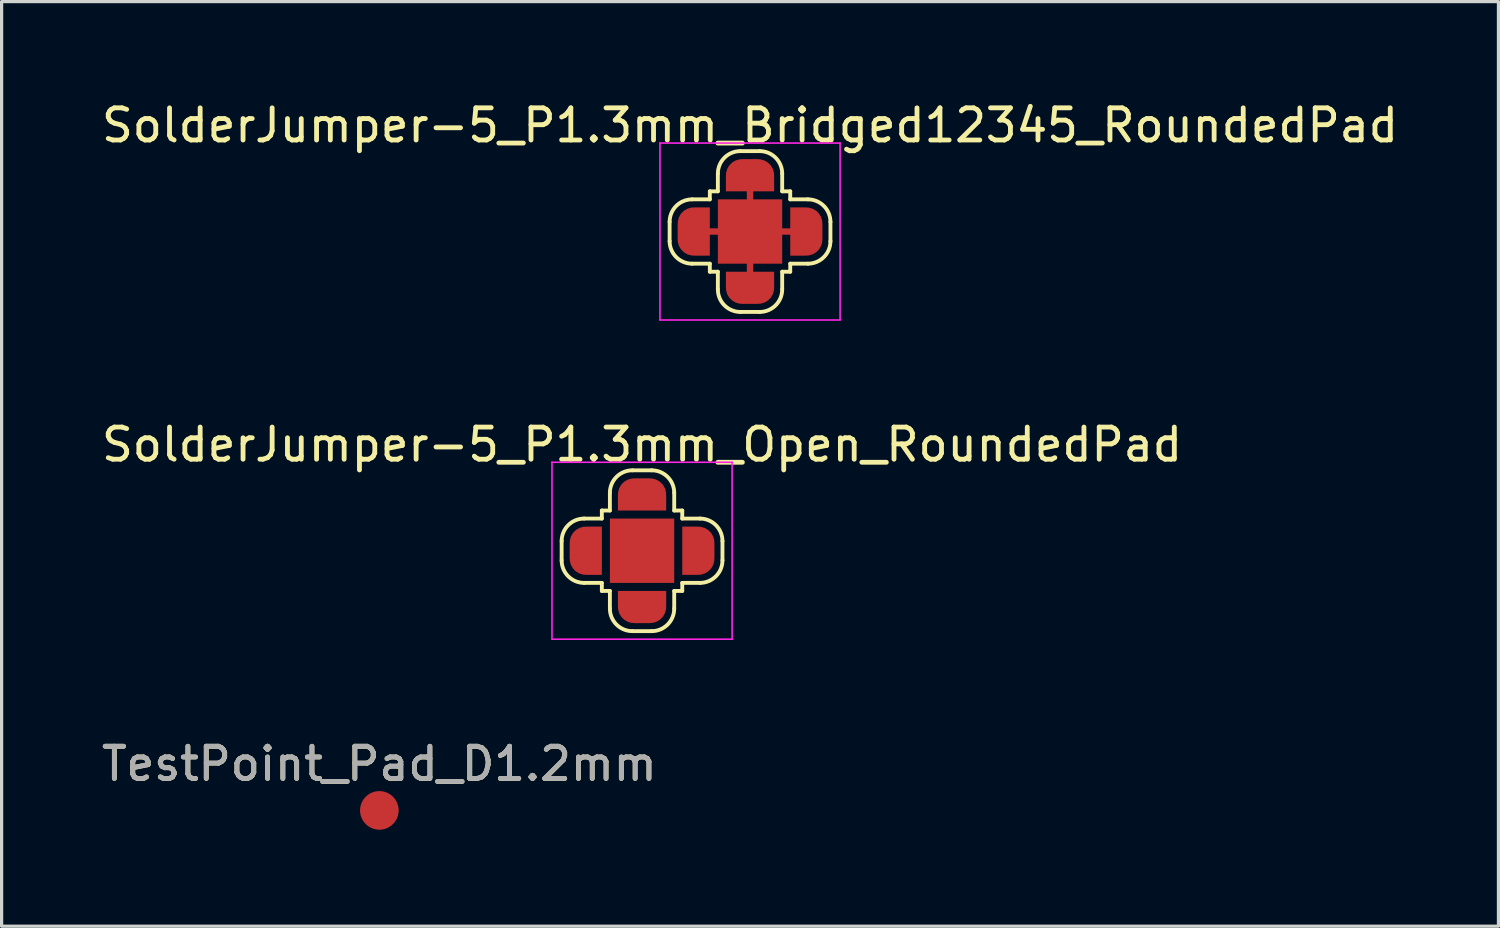
<source format=kicad_pcb>
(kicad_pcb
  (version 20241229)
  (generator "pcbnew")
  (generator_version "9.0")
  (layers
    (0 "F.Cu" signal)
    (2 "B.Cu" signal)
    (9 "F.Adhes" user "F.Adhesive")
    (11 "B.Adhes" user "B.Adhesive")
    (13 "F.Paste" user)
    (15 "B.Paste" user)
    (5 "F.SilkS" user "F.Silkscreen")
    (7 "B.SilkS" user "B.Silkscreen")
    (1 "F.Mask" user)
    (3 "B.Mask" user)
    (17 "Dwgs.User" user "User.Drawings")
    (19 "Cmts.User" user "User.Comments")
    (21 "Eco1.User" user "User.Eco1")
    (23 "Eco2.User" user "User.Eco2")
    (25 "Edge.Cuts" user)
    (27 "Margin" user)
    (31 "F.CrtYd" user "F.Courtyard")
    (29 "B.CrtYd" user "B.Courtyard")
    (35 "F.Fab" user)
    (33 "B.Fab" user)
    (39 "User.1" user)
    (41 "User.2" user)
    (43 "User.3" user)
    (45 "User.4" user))
  (footprint "TestPoint_Pad_D1.2mm"
    (layer "F.Cu")
    (at 8.744 22.145)
    (property "Reference" "TestPoint_Pad_D1.2mm" (at 0 -1.448 0) (layer "F.SilkS") (effects (font (size 1 1) (thickness 0.15))))
    (attr exclude_from_pos_files exclude_from_bom)
    (fp_text user "${REFERENCE}" (at 0 -1.45 0) (layer "F.Fab") (effects (font (size 1 1) (thickness 0.15))))
    (pad "1" smd circle (at 0 0) (size 1.2 1.2) (layers "F.Cu" "F.Mask")))
  (footprint "SolderJumper-5_P1.3mm_Bridged12345_RoundedPad"
    (layer "F.Cu")
    (at 20.268 4.148)
    (property "Reference" "SolderJumper-5_P1.3mm_Bridged12345_RoundedPad" (at 0 -3.3 0) (layer "F.SilkS") (effects (font (size 1 1) (thickness 0.15))))
    (attr exclude_from_pos_files exclude_from_bom)
    (fp_line (start -1.75 0) (end 0 0) (stroke (width 0.2) (type default)) (layer "F.Cu"))
    (fp_line (start 0 -1.75) (end 0 0) (stroke (width 0.2) (type default)) (layer "F.Cu"))
    (fp_line (start 0 0) (end 0 1.75) (stroke (width 0.2) (type default)) (layer "F.Cu"))
    (fp_line (start 0 0) (end 1.75 0) (stroke (width 0.2) (type default)) (layer "F.Cu"))
    (fp_line (start -2.5 0.3) (end -2.5 -0.3) (stroke (width 0.12) (type solid)) (layer "F.SilkS"))
    (fp_line (start -1.8 -1) (end -1.25 -1) (stroke (width 0.12) (type solid)) (layer "F.SilkS"))
    (fp_line (start -1.25 -1.25) (end -1.25 -1) (stroke (width 0.12) (type solid)) (layer "F.SilkS"))
    (fp_line (start -1.25 1) (end -1.8 1) (stroke (width 0.12) (type solid)) (layer "F.SilkS"))
    (fp_line (start -1.25 1) (end -1.25 1.25) (stroke (width 0.12) (type solid)) (layer "F.SilkS"))
    (fp_line (start -1.25 1.25) (end -1 1.25) (stroke (width 0.12) (type solid)) (layer "F.SilkS"))
    (fp_line (start -1 -1.8) (end -1 -1.25) (stroke (width 0.12) (type solid)) (layer "F.SilkS"))
    (fp_line (start -1 -1.25) (end -1.25 -1.25) (stroke (width 0.12) (type solid)) (layer "F.SilkS"))
    (fp_line (start -1 1.8) (end -1 1.25) (stroke (width 0.12) (type solid)) (layer "F.SilkS"))
    (fp_line (start -0.3 -2.5) (end 0.3 -2.5) (stroke (width 0.12) (type solid)) (layer "F.SilkS"))
    (fp_line (start 0.3 2.5) (end -0.3 2.5) (stroke (width 0.12) (type solid)) (layer "F.SilkS"))
    (fp_line (start 1 -1.8) (end 1 -1.25) (stroke (width 0.12) (type solid)) (layer "F.SilkS"))
    (fp_line (start 1 1.25) (end 1.25 1.25) (stroke (width 0.12) (type solid)) (layer "F.SilkS"))
    (fp_line (start 1 1.8) (end 1 1.25) (stroke (width 0.12) (type solid)) (layer "F.SilkS"))
    (fp_line (start 1.25 -1.25) (end 1 -1.25) (stroke (width 0.12) (type solid)) (layer "F.SilkS"))
    (fp_line (start 1.25 -1) (end 1.25 -1.25) (stroke (width 0.12) (type solid)) (layer "F.SilkS"))
    (fp_line (start 1.25 -1) (end 1.8 -1) (stroke (width 0.12) (type solid)) (layer "F.SilkS"))
    (fp_line (start 1.25 1.25) (end 1.25 1) (stroke (width 0.12) (type solid)) (layer "F.SilkS"))
    (fp_line (start 1.8 1) (end 1.25 1) (stroke (width 0.12) (type solid)) (layer "F.SilkS"))
    (fp_line (start 2.5 -0.3) (end 2.5 0.3) (stroke (width 0.12) (type solid)) (layer "F.SilkS"))
    (fp_arc (start -2.5 -0.3) (mid -2.294975 -0.794975) (end -1.8 -1) (stroke (width 0.12) (type solid)) (layer "F.SilkS"))
    (fp_arc (start -1.8 1) (mid -2.294975 0.794975) (end -2.5 0.3) (stroke (width 0.12) (type solid)) (layer "F.SilkS"))
    (fp_arc (start -1 -1.8) (mid -0.794976 -2.294976) (end -0.3 -2.5) (stroke (width 0.12) (type solid)) (layer "F.SilkS"))
    (fp_arc (start -0.3 2.5) (mid -0.794975 2.294975) (end -1 1.8) (stroke (width 0.12) (type solid)) (layer "F.SilkS"))
    (fp_arc (start 0.3 -2.5) (mid 0.794975 -2.294975) (end 1 -1.8) (stroke (width 0.12) (type solid)) (layer "F.SilkS"))
    (fp_arc (start 1 1.8) (mid 0.794976 2.294976) (end 0.3 2.5) (stroke (width 0.12) (type solid)) (layer "F.SilkS"))
    (fp_arc (start 1.8 -1) (mid 2.294975 -0.794975) (end 2.5 -0.3) (stroke (width 0.12) (type solid)) (layer "F.SilkS"))
    (fp_arc (start 2.5 0.3) (mid 2.294975 0.794975) (end 1.8 1) (stroke (width 0.12) (type solid)) (layer "F.SilkS"))
    (fp_line (start -2.8 -2.75) (end -2.8 2.75) (stroke (width 0.05) (type solid)) (layer "F.CrtYd"))
    (fp_line (start -2.8 -2.75) (end 2.8 -2.75) (stroke (width 0.05) (type solid)) (layer "F.CrtYd"))
    (fp_line (start 2.8 2.75) (end -2.8 2.75) (stroke (width 0.05) (type solid)) (layer "F.CrtYd"))
    (fp_line (start 2.8 2.75) (end 2.8 -2.75) (stroke (width 0.05) (type solid)) (layer "F.CrtYd"))
    (pad "1" smd custom (at -1.75 0) (size 1 0.5) (layers "F.Cu" "F.Mask") (options (anchor rect)) (primitives (gr_circle (center 0 0.25) (end 0.5 0.25) (width 0) (fill yes)) (gr_circle (center 0 -0.25) (end 0.5 -0.25) (width 0) (fill yes)) (gr_poly (pts (xy 0.5 0.75) (xy 0 0.75) (xy 0 -0.75) (xy 0.5 -0.75)) (width 0) (fill yes))))
    (pad "2" smd rect (at 0 0) (size 2 2) (layers "F.Cu" "F.Mask"))
    (pad "3" smd custom (at 1.75 0 180) (size 1 0.5) (layers "F.Cu" "F.Mask") (options (anchor rect)) (primitives (gr_circle (center 0 0.25) (end 0.5 0.25) (width 0) (fill yes)) (gr_circle (center 0 -0.25) (end 0.5 -0.25) (width 0) (fill yes)) (gr_poly (pts (xy 0.5 0.75) (xy 0 0.75) (xy 0 -0.75) (xy 0.5 -0.75)) (width 0) (fill yes))))
    (pad "4" smd custom (at 0 -1.75 270) (size 1 0.5) (layers "F.Cu" "F.Mask") (options (anchor rect)) (primitives (gr_circle (center 0 0.25) (end 0.5 0.25) (width 0) (fill yes)) (gr_circle (center 0 -0.25) (end 0.5 -0.25) (width 0) (fill yes)) (gr_poly (pts (xy 0.5 0.75) (xy 0 0.75) (xy 0 -0.75) (xy 0.5 -0.75)) (width 0) (fill yes))))
    (pad "5" smd custom (at 0 1.75 90) (size 1 0.5) (layers "F.Cu" "F.Mask") (options (anchor rect)) (primitives (gr_circle (center 0 0.25) (end 0.5 0.25) (width 0) (fill yes)) (gr_circle (center 0 -0.25) (end 0.5 -0.25) (width 0) (fill yes)) (gr_poly (pts (xy 0.5 0.75) (xy 0 0.75) (xy 0 -0.75) (xy 0.5 -0.75)) (width 0) (fill yes)))))
  (footprint "SolderJumper-5_P1.3mm_Open_RoundedPad"
    (layer "F.Cu")
    (at 16.911 14.072)
    (property "Reference" "SolderJumper-5_P1.3mm_Open_RoundedPad" (at 0 -3.3 0) (layer "F.SilkS") (effects (font (size 1 1) (thickness 0.15))))
    (attr exclude_from_pos_files exclude_from_bom)
    (fp_line (start -2.5 0.3) (end -2.5 -0.3) (stroke (width 0.12) (type solid)) (layer "F.SilkS"))
    (fp_line (start -1.8 -1) (end -1.25 -1) (stroke (width 0.12) (type solid)) (layer "F.SilkS"))
    (fp_line (start -1.25 -1.25) (end -1.25 -1) (stroke (width 0.12) (type solid)) (layer "F.SilkS"))
    (fp_line (start -1.25 1) (end -1.8 1) (stroke (width 0.12) (type solid)) (layer "F.SilkS"))
    (fp_line (start -1.25 1) (end -1.25 1.25) (stroke (width 0.12) (type solid)) (layer "F.SilkS"))
    (fp_line (start -1.25 1.25) (end -1 1.25) (stroke (width 0.12) (type solid)) (layer "F.SilkS"))
    (fp_line (start -1 -1.8) (end -1 -1.25) (stroke (width 0.12) (type solid)) (layer "F.SilkS"))
    (fp_line (start -1 -1.25) (end -1.25 -1.25) (stroke (width 0.12) (type solid)) (layer "F.SilkS"))
    (fp_line (start -1 1.8) (end -1 1.25) (stroke (width 0.12) (type solid)) (layer "F.SilkS"))
    (fp_line (start -0.3 -2.5) (end 0.3 -2.5) (stroke (width 0.12) (type solid)) (layer "F.SilkS"))
    (fp_line (start 0.3 2.5) (end -0.3 2.5) (stroke (width 0.12) (type solid)) (layer "F.SilkS"))
    (fp_line (start 1 -1.8) (end 1 -1.25) (stroke (width 0.12) (type solid)) (layer "F.SilkS"))
    (fp_line (start 1 1.25) (end 1.25 1.25) (stroke (width 0.12) (type solid)) (layer "F.SilkS"))
    (fp_line (start 1 1.8) (end 1 1.25) (stroke (width 0.12) (type solid)) (layer "F.SilkS"))
    (fp_line (start 1.25 -1.25) (end 1 -1.25) (stroke (width 0.12) (type solid)) (layer "F.SilkS"))
    (fp_line (start 1.25 -1) (end 1.25 -1.25) (stroke (width 0.12) (type solid)) (layer "F.SilkS"))
    (fp_line (start 1.25 -1) (end 1.8 -1) (stroke (width 0.12) (type solid)) (layer "F.SilkS"))
    (fp_line (start 1.25 1.25) (end 1.25 1) (stroke (width 0.12) (type solid)) (layer "F.SilkS"))
    (fp_line (start 1.8 1) (end 1.25 1) (stroke (width 0.12) (type solid)) (layer "F.SilkS"))
    (fp_line (start 2.5 -0.3) (end 2.5 0.3) (stroke (width 0.12) (type solid)) (layer "F.SilkS"))
    (fp_arc (start -2.5 -0.3) (mid -2.294975 -0.794975) (end -1.8 -1) (stroke (width 0.12) (type solid)) (layer "F.SilkS"))
    (fp_arc (start -1.8 1) (mid -2.294975 0.794975) (end -2.5 0.3) (stroke (width 0.12) (type solid)) (layer "F.SilkS"))
    (fp_arc (start -1 -1.8) (mid -0.794976 -2.294976) (end -0.3 -2.5) (stroke (width 0.12) (type solid)) (layer "F.SilkS"))
    (fp_arc (start -0.3 2.5) (mid -0.794975 2.294975) (end -1 1.8) (stroke (width 0.12) (type solid)) (layer "F.SilkS"))
    (fp_arc (start 0.3 -2.5) (mid 0.794975 -2.294975) (end 1 -1.8) (stroke (width 0.12) (type solid)) (layer "F.SilkS"))
    (fp_arc (start 1 1.8) (mid 0.794976 2.294976) (end 0.3 2.5) (stroke (width 0.12) (type solid)) (layer "F.SilkS"))
    (fp_arc (start 1.8 -1) (mid 2.294975 -0.794975) (end 2.5 -0.3) (stroke (width 0.12) (type solid)) (layer "F.SilkS"))
    (fp_arc (start 2.5 0.3) (mid 2.294975 0.794975) (end 1.8 1) (stroke (width 0.12) (type solid)) (layer "F.SilkS"))
    (fp_line (start -2.8 -2.75) (end -2.8 2.75) (stroke (width 0.05) (type solid)) (layer "F.CrtYd"))
    (fp_line (start -2.8 -2.75) (end 2.8 -2.75) (stroke (width 0.05) (type solid)) (layer "F.CrtYd"))
    (fp_line (start 2.8 2.75) (end -2.8 2.75) (stroke (width 0.05) (type solid)) (layer "F.CrtYd"))
    (fp_line (start 2.8 2.75) (end 2.8 -2.75) (stroke (width 0.05) (type solid)) (layer "F.CrtYd"))
    (pad "1" smd custom (at -1.75 0) (size 1 0.5) (layers "F.Cu" "F.Mask") (options (anchor rect)) (primitives (gr_circle (center 0 0.25) (end 0.5 0.25) (width 0) (fill yes)) (gr_circle (center 0 -0.25) (end 0.5 -0.25) (width 0) (fill yes)) (gr_poly (pts (xy 0.5 0.75) (xy 0 0.75) (xy 0 -0.75) (xy 0.5 -0.75)) (width 0) (fill yes))))
    (pad "2" smd rect (at 0 0) (size 2 2) (layers "F.Cu" "F.Mask"))
    (pad "3" smd custom (at 1.75 0 180) (size 1 0.5) (layers "F.Cu" "F.Mask") (options (anchor rect)) (primitives (gr_circle (center 0 0.25) (end 0.5 0.25) (width 0) (fill yes)) (gr_circle (center 0 -0.25) (end 0.5 -0.25) (width 0) (fill yes)) (gr_poly (pts (xy 0.5 0.75) (xy 0 0.75) (xy 0 -0.75) (xy 0.5 -0.75)) (width 0) (fill yes))))
    (pad "4" smd custom (at 0 -1.75 270) (size 1 0.5) (layers "F.Cu" "F.Mask") (options (anchor rect)) (primitives (gr_circle (center 0 0.25) (end 0.5 0.25) (width 0) (fill yes)) (gr_circle (center 0 -0.25) (end 0.5 -0.25) (width 0) (fill yes)) (gr_poly (pts (xy 0.5 0.75) (xy 0 0.75) (xy 0 -0.75) (xy 0.5 -0.75)) (width 0) (fill yes))))
    (pad "5" smd custom (at 0 1.75 90) (size 1 0.5) (layers "F.Cu" "F.Mask") (options (anchor rect)) (primitives (gr_circle (center 0 0.25) (end 0.5 0.25) (width 0) (fill yes)) (gr_circle (center 0 -0.25) (end 0.5 -0.25) (width 0) (fill yes)) (gr_poly (pts (xy 0.5 0.75) (xy 0 0.75) (xy 0 -0.75) (xy 0.5 -0.75)) (width 0) (fill yes)))))
  (gr_rect
    (start -3 -3)
    (end 43.536 25.745)
    (stroke (width 0.1) (type default))
    (fill no)
    (layer "Edge.Cuts")))
</source>
